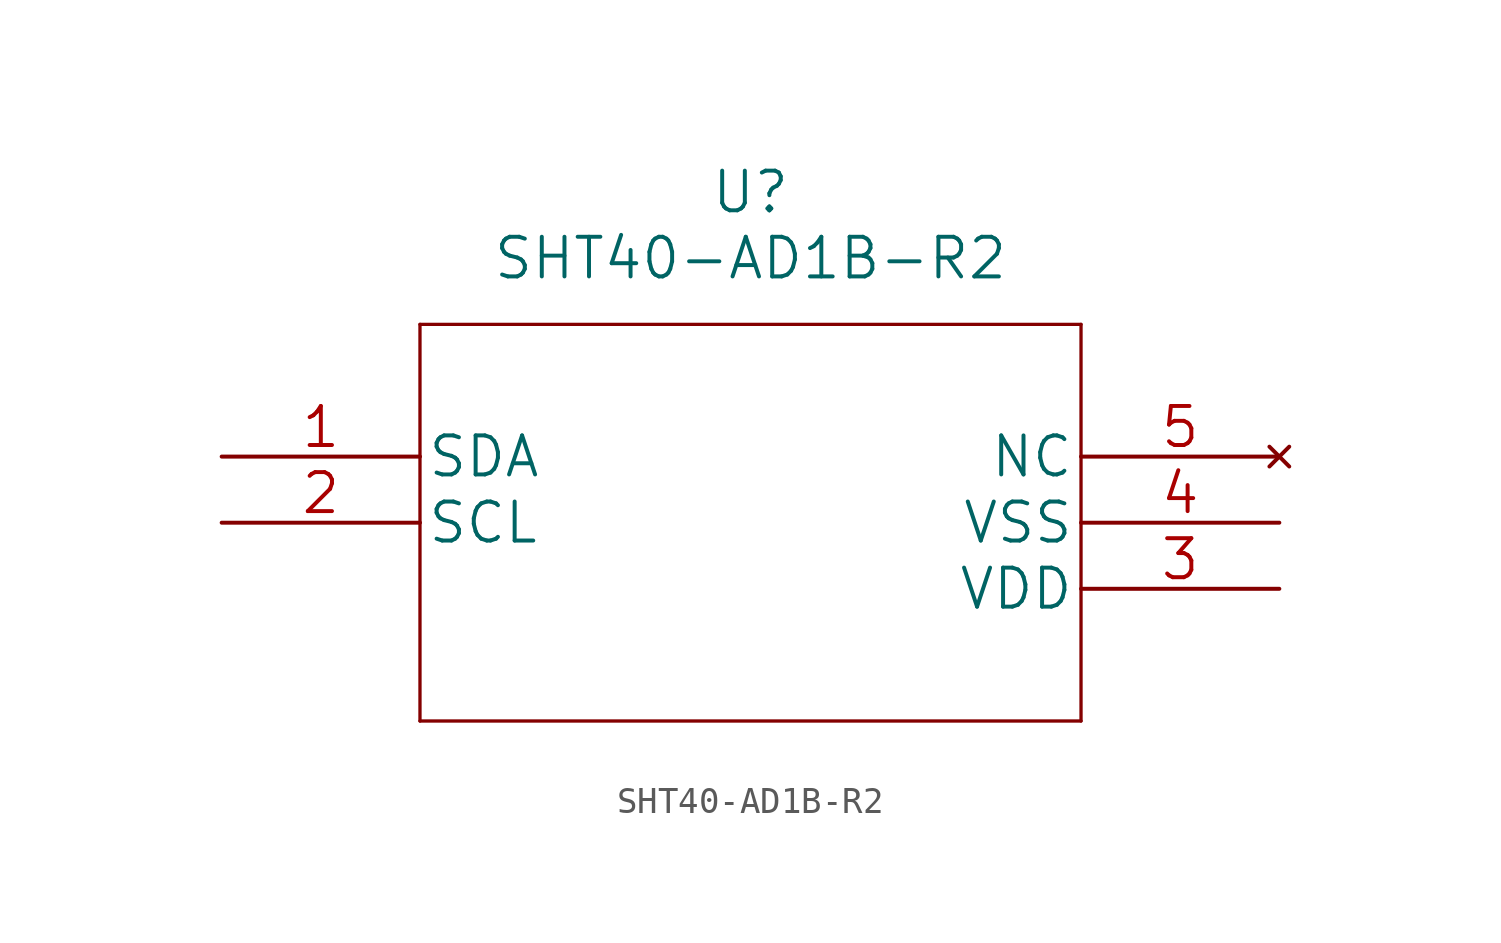
<source format=kicad_sym>
(kicad_symbol_lib
  (version 20220914)
  (generator kicad_symbol_editor)
  (symbol "SHT40-AD1B-R2"
    (pin_names
      (offset 0.254))
    (property "Reference" "U"
      (at 20.32 10.16 0)
      (effects (font (size 1.524 1.524))))
    (property "Value" "SHT40-AD1B-R2"
      (at 20.32 7.62 0)
      (effects (font (size 1.524 1.524))))
    (property "Datasheet" ""
      (at 0 0 0)
      (effects (font (size 1.524 1.524))))
    (property "ki_locked" ""
      (at 0 0 0)
      (effects (font (size 1.27 1.27))))
    (symbol "SHT40-AD1B-R2_1_1"
      (polyline (pts (xy 7.62 -10.16) (xy 33.02 -10.16)) (stroke (width 0.127) (type solid)) (fill (type none)))
      (polyline (pts (xy 7.62 5.08) (xy 7.62 -10.16)) (stroke (width 0.127) (type solid)) (fill (type none)))
      (polyline (pts (xy 33.02 -10.16) (xy 33.02 5.08)) (stroke (width 0.127) (type solid)) (fill (type none)))
      (polyline (pts (xy 33.02 5.08) (xy 7.62 5.08)) (stroke (width 0.127) (type solid)) (fill (type none)))
      (pin bidirectional line (at 0 0 0) (length 7.62) (name "SDA" (effects (font (size 1.499 1.499)))) (number "1" (effects (font (size 1.499 1.499)))))
      (pin input line (at 0 -2.54 0) (length 7.62) (name "SCL" (effects (font (size 1.499 1.499)))) (number "2" (effects (font (size 1.499 1.499)))))
      (pin power_in line (at 40.64 -5.08 180) (length 7.62) (name "VDD" (effects (font (size 1.499 1.499)))) (number "3" (effects (font (size 1.499 1.499)))))
      (pin power_in line (at 40.64 -2.54 180) (length 7.62) (name "VSS" (effects (font (size 1.499 1.499)))) (number "4" (effects (font (size 1.499 1.499)))))
      (pin no_connect line (at 40.64 0 180) (length 7.62) (name "NC" (effects (font (size 1.499 1.499)))) (number "5" (effects (font (size 1.499 1.499))))))))
</source>
